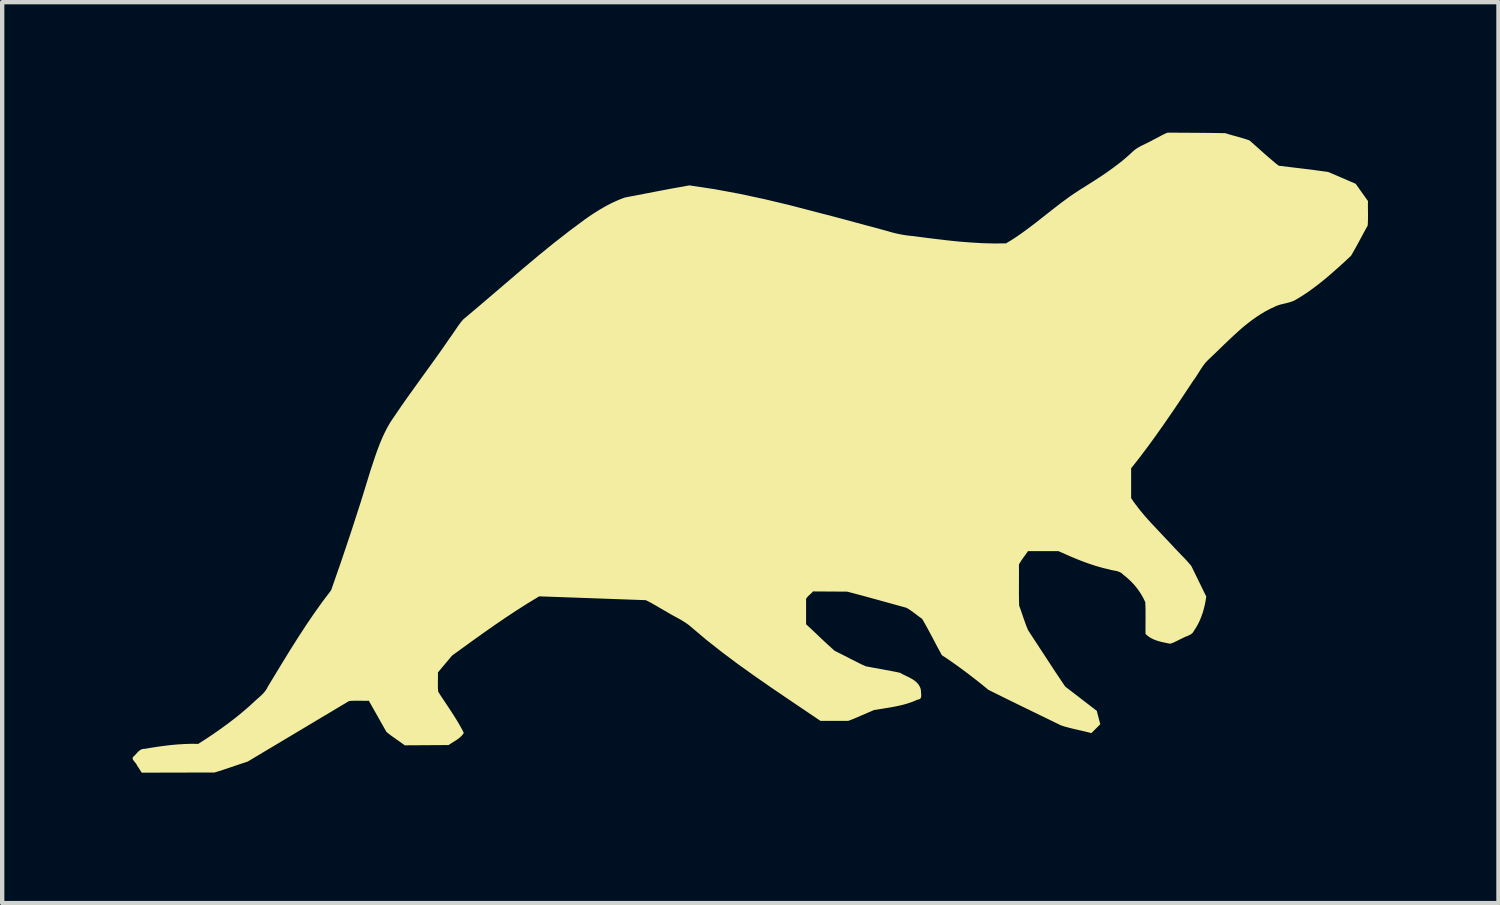
<source format=kicad_pcb>
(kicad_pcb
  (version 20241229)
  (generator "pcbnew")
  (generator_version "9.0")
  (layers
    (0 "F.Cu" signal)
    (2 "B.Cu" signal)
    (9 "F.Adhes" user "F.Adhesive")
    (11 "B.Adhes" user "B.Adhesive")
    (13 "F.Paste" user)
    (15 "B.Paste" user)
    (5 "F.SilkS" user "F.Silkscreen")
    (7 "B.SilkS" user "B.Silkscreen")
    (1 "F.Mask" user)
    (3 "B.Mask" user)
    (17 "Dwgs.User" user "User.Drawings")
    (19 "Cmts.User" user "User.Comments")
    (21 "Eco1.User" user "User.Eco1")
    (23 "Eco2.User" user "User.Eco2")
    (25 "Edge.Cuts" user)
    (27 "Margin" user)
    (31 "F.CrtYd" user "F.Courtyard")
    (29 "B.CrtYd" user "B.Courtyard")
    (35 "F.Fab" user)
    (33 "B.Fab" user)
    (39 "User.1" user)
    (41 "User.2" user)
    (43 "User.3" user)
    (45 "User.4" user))
  (footprint "Otter"
    (layer "F.Cu")
    (at 14.204 7.359)
    (property "Reference" "Otter" (at 0 -0.5 0) (unlocked yes) (layer "F.SilkS") (effects (font (size 1 1) (thickness 0.1))))
    (attr smd)
    (fp_poly (pts (xy 10.258 -7.355) (xy 10.589 -7.352) (xy 10.919 -7.347) (xy 10.989 -7.326) (xy 11.06 -7.305) (xy 11.201 -7.266) (xy 11.272 -7.246) (xy 11.342 -7.225) (xy 11.412 -7.203) (xy 11.48 -7.179) (xy 11.646 -7.032) (xy 11.812 -6.884) (xy 11.895 -6.811) (xy 11.979 -6.739) (xy 12.064 -6.667) (xy 12.151 -6.598) (xy 12.722 -6.529) (xy 13.008 -6.493) (xy 13.292 -6.453) (xy 13.92 -6.183) (xy 14.203 -5.786) (xy 14.202 -5.716) (xy 14.202 -5.645) (xy 14.204 -5.504) (xy 14.204 -5.433) (xy 14.203 -5.363) (xy 14.201 -5.293) (xy 14.197 -5.223) (xy 14.101 -5.049) (xy 14.007 -4.873) (xy 13.912 -4.699) (xy 13.863 -4.613) (xy 13.813 -4.527) (xy 13.666 -4.39) (xy 13.516 -4.254) (xy 13.365 -4.121) (xy 13.212 -3.99) (xy 13.054 -3.864) (xy 12.974 -3.804) (xy 12.893 -3.744) (xy 12.811 -3.686) (xy 12.727 -3.63) (xy 12.642 -3.576) (xy 12.555 -3.524) (xy 12.527 -3.507) (xy 12.498 -3.493) (xy 12.468 -3.481) (xy 12.438 -3.47) (xy 12.407 -3.46) (xy 12.376 -3.451) (xy 12.312 -3.435) (xy 12.248 -3.42) (xy 12.185 -3.404) (xy 12.153 -3.394) (xy 12.123 -3.384) (xy 12.092 -3.372) (xy 12.063 -3.358) (xy 11.951 -3.306) (xy 11.843 -3.249) (xy 11.738 -3.186) (xy 11.636 -3.12) (xy 11.537 -3.049) (xy 11.44 -2.975) (xy 11.345 -2.899) (xy 11.253 -2.819) (xy 11.072 -2.654) (xy 10.894 -2.485) (xy 10.718 -2.314) (xy 10.542 -2.146) (xy 10.515 -2.12) (xy 10.489 -2.093) (xy 10.464 -2.065) (xy 10.441 -2.036) (xy 10.418 -2.006) (xy 10.397 -1.976) (xy 10.355 -1.913) (xy 10.275 -1.786) (xy 10.234 -1.723) (xy 10.212 -1.692) (xy 10.19 -1.662) (xy 9.847 -1.146) (xy 9.673 -0.89) (xy 9.497 -0.635) (xy 9.318 -0.382) (xy 9.136 -0.132) (xy 8.949 0.116) (xy 8.757 0.359) (xy 8.757 1.045) (xy 8.808 1.121) (xy 8.862 1.195) (xy 8.917 1.267) (xy 8.974 1.339) (xy 9.032 1.409) (xy 9.091 1.478) (xy 9.213 1.614) (xy 9.714 2.146) (xy 9.767 2.204) (xy 9.822 2.261) (xy 9.932 2.375) (xy 9.987 2.432) (xy 10.04 2.489) (xy 10.092 2.548) (xy 10.118 2.578) (xy 10.142 2.609) (xy 10.485 3.31) (xy 10.468 3.414) (xy 10.458 3.466) (xy 10.447 3.518) (xy 10.434 3.569) (xy 10.421 3.62) (xy 10.406 3.671) (xy 10.389 3.721) (xy 10.371 3.77) (xy 10.352 3.819) (xy 10.331 3.868) (xy 10.308 3.915) (xy 10.284 3.962) (xy 10.258 4.008) (xy 10.23 4.053) (xy 10.2 4.097) (xy 10.196 4.107) (xy 10.191 4.116) (xy 10.185 4.125) (xy 10.179 4.133) (xy 10.173 4.141) (xy 10.166 4.148) (xy 10.159 4.155) (xy 10.151 4.161) (xy 10.143 4.167) (xy 10.135 4.173) (xy 10.127 4.179) (xy 10.118 4.184) (xy 10.1 4.193) (xy 10.082 4.202) (xy 10.063 4.211) (xy 10.043 4.219) (xy 10.004 4.234) (xy 9.985 4.243) (xy 9.966 4.251) (xy 9.948 4.261) (xy 9.93 4.271) (xy 9.913 4.278) (xy 9.896 4.286) (xy 9.862 4.303) (xy 9.793 4.337) (xy 9.759 4.354) (xy 9.742 4.362) (xy 9.725 4.369) (xy 9.707 4.376) (xy 9.69 4.382) (xy 9.673 4.388) (xy 9.655 4.393) (xy 9.579 4.379) (xy 9.503 4.363) (xy 9.464 4.355) (xy 9.427 4.345) (xy 9.389 4.335) (xy 9.352 4.323) (xy 9.315 4.31) (xy 9.28 4.296) (xy 9.245 4.28) (xy 9.211 4.262) (xy 9.178 4.242) (xy 9.147 4.22) (xy 9.116 4.195) (xy 9.088 4.167) (xy 9.087 4.076) (xy 9.087 3.985) (xy 9.088 3.802) (xy 9.088 3.619) (xy 9.086 3.528) (xy 9.082 3.438) (xy 9.06 3.392) (xy 9.038 3.346) (xy 9.013 3.302) (xy 8.988 3.258) (xy 8.96 3.215) (xy 8.932 3.173) (xy 8.902 3.132) (xy 8.871 3.092) (xy 8.839 3.053) (xy 8.805 3.015) (xy 8.77 2.978) (xy 8.734 2.942) (xy 8.697 2.908) (xy 8.659 2.874) (xy 8.62 2.842) (xy 8.58 2.81) (xy 8.571 2.801) (xy 8.563 2.793) (xy 8.554 2.785) (xy 8.545 2.777) (xy 8.536 2.771) (xy 8.527 2.764) (xy 8.517 2.758) (xy 8.507 2.753) (xy 8.486 2.743) (xy 8.465 2.735) (xy 8.443 2.728) (xy 8.421 2.722) (xy 8.398 2.717) (xy 8.375 2.713) (xy 8.329 2.704) (xy 8.306 2.699) (xy 8.283 2.694) (xy 8.261 2.688) (xy 8.239 2.682) (xy 8.164 2.665) (xy 8.089 2.646) (xy 7.942 2.604) (xy 7.796 2.556) (xy 7.652 2.504) (xy 7.509 2.448) (xy 7.368 2.389) (xy 7.087 2.265) (xy 6.383 2.265) (xy 6.371 2.285) (xy 6.358 2.304) (xy 6.331 2.342) (xy 6.276 2.417) (xy 6.249 2.455) (xy 6.223 2.494) (xy 6.211 2.513) (xy 6.199 2.533) (xy 6.188 2.552) (xy 6.177 2.572) (xy 6.178 2.809) (xy 6.177 3.045) (xy 6.177 3.282) (xy 6.179 3.4) (xy 6.182 3.518) (xy 6.208 3.589) (xy 6.233 3.66) (xy 6.282 3.804) (xy 6.307 3.875) (xy 6.332 3.946) (xy 6.36 4.017) (xy 6.389 4.086) (xy 6.813 4.734) (xy 7.025 5.058) (xy 7.241 5.379) (xy 7.967 5.937) (xy 8.047 6.245) (xy 7.843 6.449) (xy 7.756 6.427) (xy 7.669 6.406) (xy 7.494 6.366) (xy 7.406 6.345) (xy 7.319 6.323) (xy 7.233 6.3) (xy 7.148 6.273) (xy 6.309 5.865) (xy 5.89 5.66) (xy 5.473 5.453) (xy 5.344 5.347) (xy 5.214 5.243) (xy 5.082 5.141) (xy 4.95 5.04) (xy 4.815 4.941) (xy 4.68 4.844) (xy 4.543 4.749) (xy 4.404 4.657) (xy 4.291 4.448) (xy 4.18 4.237) (xy 4.068 4.028) (xy 4.01 3.924) (xy 3.951 3.822) (xy 3.906 3.79) (xy 3.861 3.757) (xy 3.772 3.689) (xy 3.727 3.656) (xy 3.682 3.624) (xy 3.659 3.609) (xy 3.636 3.594) (xy 3.612 3.58) (xy 3.588 3.567) (xy 2.909 3.379) (xy 2.569 3.286) (xy 2.229 3.196) (xy 1.441 3.191) (xy 1.432 3.202) (xy 1.422 3.213) (xy 1.411 3.223) (xy 1.4 3.234) (xy 1.356 3.275) (xy 1.345 3.285) (xy 1.335 3.296) (xy 1.325 3.306) (xy 1.315 3.317) (xy 1.306 3.328) (xy 1.297 3.339) (xy 1.289 3.351) (xy 1.282 3.363) (xy 1.282 3.945) (xy 1.446 4.098) (xy 1.609 4.253) (xy 1.772 4.406) (xy 1.855 4.481) (xy 1.938 4.556) (xy 2.116 4.645) (xy 2.294 4.736) (xy 2.472 4.826) (xy 2.561 4.87) (xy 2.651 4.912) (xy 2.849 4.949) (xy 3.047 4.985) (xy 3.244 5.022) (xy 3.343 5.041) (xy 3.441 5.062) (xy 3.476 5.081) (xy 3.512 5.1) (xy 3.587 5.136) (xy 3.663 5.174) (xy 3.7 5.194) (xy 3.736 5.215) (xy 3.77 5.238) (xy 3.802 5.263) (xy 3.817 5.276) (xy 3.831 5.29) (xy 3.845 5.304) (xy 3.858 5.319) (xy 3.869 5.335) (xy 3.88 5.351) (xy 3.89 5.368) (xy 3.899 5.386) (xy 3.907 5.405) (xy 3.914 5.425) (xy 3.919 5.446) (xy 3.923 5.467) (xy 3.924 5.483) (xy 3.925 5.5) (xy 3.928 5.535) (xy 3.929 5.552) (xy 3.93 5.569) (xy 3.93 5.586) (xy 3.929 5.602) (xy 3.928 5.61) (xy 3.927 5.617) (xy 3.925 5.624) (xy 3.923 5.631) (xy 3.92 5.638) (xy 3.917 5.644) (xy 3.913 5.65) (xy 3.909 5.655) (xy 3.903 5.66) (xy 3.897 5.664) (xy 3.891 5.668) (xy 3.883 5.672) (xy 3.875 5.675) (xy 3.866 5.677) (xy 3.856 5.678) (xy 3.845 5.679) (xy 3.786 5.706) (xy 3.726 5.73) (xy 3.665 5.751) (xy 3.604 5.771) (xy 3.542 5.789) (xy 3.48 5.805) (xy 3.354 5.833) (xy 3.228 5.857) (xy 3.1 5.878) (xy 2.846 5.918) (xy 2.772 5.95) (xy 2.697 5.982) (xy 2.549 6.046) (xy 2.475 6.078) (xy 2.401 6.11) (xy 2.326 6.14) (xy 2.251 6.168) (xy 1.613 6.168) (xy 0.849 5.652) (xy 0.468 5.393) (xy 0.09 5.13) (xy -0.285 4.862) (xy -0.654 4.586) (xy -1.015 4.301) (xy -1.367 4.004) (xy -1.399 3.977) (xy -1.432 3.951) (xy -1.466 3.927) (xy -1.501 3.903) (xy -1.536 3.881) (xy -1.572 3.859) (xy -1.645 3.817) (xy -1.792 3.737) (xy -1.866 3.695) (xy -1.902 3.674) (xy -1.937 3.652) (xy -1.996 3.62) (xy -2.054 3.586) (xy -2.17 3.518) (xy -2.228 3.485) (xy -2.286 3.452) (xy -2.345 3.421) (xy -2.404 3.392) (xy -4.855 3.304) (xy -5.114 3.461) (xy -5.369 3.623) (xy -5.622 3.79) (xy -5.873 3.961) (xy -6.121 4.135) (xy -6.368 4.311) (xy -6.859 4.667) (xy -7.184 5.054) (xy -7.183 5.109) (xy -7.183 5.165) (xy -7.185 5.277) (xy -7.185 5.333) (xy -7.185 5.388) (xy -7.182 5.443) (xy -7.18 5.471) (xy -7.177 5.498) (xy -7.102 5.615) (xy -7.024 5.731) (xy -6.87 5.964) (xy -6.795 6.081) (xy -6.722 6.2) (xy -6.653 6.321) (xy -6.62 6.382) (xy -6.589 6.445) (xy -6.596 6.457) (xy -6.604 6.468) (xy -6.612 6.48) (xy -6.621 6.491) (xy -6.63 6.501) (xy -6.64 6.512) (xy -6.659 6.531) (xy -6.68 6.55) (xy -6.702 6.568) (xy -6.724 6.585) (xy -6.747 6.601) (xy -6.771 6.617) (xy -6.795 6.632) (xy -6.844 6.662) (xy -6.892 6.693) (xy -6.915 6.708) (xy -6.938 6.724) (xy -7.945 6.73) (xy -7.998 6.692) (xy -8.051 6.654) (xy -8.159 6.578) (xy -8.213 6.54) (xy -8.266 6.502) (xy -8.318 6.462) (xy -8.368 6.421) (xy -8.773 5.705) (xy -8.83 5.706) (xy -8.887 5.706) (xy -9.002 5.704) (xy -9.059 5.704) (xy -9.116 5.705) (xy -9.172 5.707) (xy -9.2 5.709) (xy -9.228 5.712) (xy -11.557 7.103) (xy -11.749 7.167) (xy -11.94 7.232) (xy -12.131 7.296) (xy -12.227 7.326) (xy -12.323 7.355) (xy -13.994 7.359) (xy -14.105 7.189) (xy -14.105 7.189) (xy -14.107 7.183) (xy -14.11 7.177) (xy -14.113 7.171) (xy -14.117 7.165) (xy -14.125 7.152) (xy -14.135 7.139) (xy -14.176 7.088) (xy -14.185 7.075) (xy -14.189 7.069) (xy -14.193 7.063) (xy -14.196 7.057) (xy -14.199 7.051) (xy -14.201 7.044) (xy -14.203 7.038) (xy -14.204 7.032) (xy -14.204 7.027) (xy -14.204 7.021) (xy -14.202 7.015) (xy -14.2 7.009) (xy -14.198 7.004) (xy -14.194 6.998) (xy -14.189 6.993) (xy -14.174 6.98) (xy -14.159 6.966) (xy -14.145 6.951) (xy -14.131 6.936) (xy -14.104 6.905) (xy -14.09 6.89) (xy -14.075 6.876) (xy -14.061 6.862) (xy -14.045 6.85) (xy -14.037 6.844) (xy -14.029 6.839) (xy -14.021 6.834) (xy -14.013 6.829) (xy -14.004 6.825) (xy -13.995 6.821) (xy -13.986 6.818) (xy -13.976 6.816) (xy -13.966 6.814) (xy -13.956 6.813) (xy -13.945 6.812) (xy -13.934 6.812) (xy -13.781 6.786) (xy -13.627 6.762) (xy -13.472 6.741) (xy -13.317 6.723) (xy -13.162 6.709) (xy -13.007 6.7) (xy -12.851 6.695) (xy -12.695 6.697) (xy -12.519 6.584) (xy -12.345 6.468) (xy -12.174 6.348) (xy -12.005 6.225) (xy -11.84 6.098) (xy -11.678 5.966) (xy -11.52 5.83) (xy -11.366 5.688) (xy -11.29 5.621) (xy -11.252 5.587) (xy -11.234 5.569) (xy -11.216 5.552) (xy -11.198 5.533) (xy -11.182 5.515) (xy -11.166 5.495) (xy -11.15 5.475) (xy -11.136 5.455) (xy -11.122 5.433) (xy -11.11 5.411) (xy -11.099 5.387) (xy -10.754 4.819) (xy -10.58 4.536) (xy -10.402 4.254) (xy -10.221 3.976) (xy -10.034 3.701) (xy -9.841 3.43) (xy -9.64 3.165) (xy -9.402 2.482) (xy -9.172 1.797) (xy -8.95 1.109) (xy -8.737 0.418) (xy -8.63 0.094) (xy -8.573 -0.067) (xy -8.512 -0.226) (xy -8.479 -0.304) (xy -8.445 -0.382) (xy -8.408 -0.459) (xy -8.37 -0.535) (xy -8.33 -0.61) (xy -8.287 -0.683) (xy -8.241 -0.755) (xy -8.192 -0.826) (xy -8.037 -1.054) (xy -7.878 -1.281) (xy -7.556 -1.729) (xy -7.232 -2.178) (xy -7.072 -2.403) (xy -6.915 -2.631) (xy -6.876 -2.685) (xy -6.837 -2.741) (xy -6.761 -2.853) (xy -6.723 -2.909) (xy -6.683 -2.964) (xy -6.663 -2.99) (xy -6.642 -3.017) (xy -6.62 -3.042) (xy -6.598 -3.067) (xy -6.251 -3.359) (xy -5.907 -3.653) (xy -5.219 -4.241) (xy -4.872 -4.532) (xy -4.521 -4.818) (xy -4.164 -5.096) (xy -3.801 -5.366) (xy -3.693 -5.441) (xy -3.583 -5.514) (xy -3.471 -5.584) (xy -3.357 -5.65) (xy -3.3 -5.682) (xy -3.241 -5.712) (xy -3.183 -5.742) (xy -3.123 -5.77) (xy -3.063 -5.797) (xy -3.003 -5.822) (xy -2.942 -5.846) (xy -2.88 -5.868) (xy -2.141 -6.01) (xy -1.771 -6.08) (xy -1.402 -6.146) (xy -0.824 -6.059) (xy -0.251 -5.953) (xy 0.319 -5.831) (xy 0.887 -5.696) (xy 2.017 -5.402) (xy 3.143 -5.098) (xy 3.214 -5.077) (xy 3.286 -5.057) (xy 3.358 -5.04) (xy 3.431 -5.024) (xy 3.503 -5.011) (xy 3.577 -4.999) (xy 3.65 -4.989) (xy 3.724 -4.982) (xy 4.261 -4.913) (xy 4.53 -4.882) (xy 4.799 -4.854) (xy 5.069 -4.833) (xy 5.339 -4.817) (xy 5.609 -4.81) (xy 5.88 -4.813) (xy 5.991 -4.88) (xy 6.101 -4.951) (xy 6.208 -5.024) (xy 6.314 -5.1) (xy 6.523 -5.256) (xy 6.728 -5.417) (xy 6.933 -5.578) (xy 7.139 -5.738) (xy 7.349 -5.892) (xy 7.457 -5.966) (xy 7.566 -6.037) (xy 7.881 -6.236) (xy 8.037 -6.337) (xy 8.192 -6.441) (xy 8.343 -6.549) (xy 8.491 -6.662) (xy 8.564 -6.72) (xy 8.635 -6.78) (xy 8.705 -6.841) (xy 8.774 -6.905) (xy 8.801 -6.93) (xy 8.828 -6.953) (xy 8.857 -6.975) (xy 8.887 -6.996) (xy 8.918 -7.015) (xy 8.949 -7.033) (xy 8.981 -7.051) (xy 9.014 -7.067) (xy 9.145 -7.131) (xy 9.211 -7.164) (xy 9.243 -7.181) (xy 9.274 -7.199) (xy 9.315 -7.219) (xy 9.355 -7.24) (xy 9.435 -7.283) (xy 9.475 -7.304) (xy 9.515 -7.324) (xy 9.535 -7.333) (xy 9.555 -7.342) (xy 9.576 -7.351) (xy 9.597 -7.359)) (stroke (width 0) (type solid)) (fill yes) (layer "F.SilkS")))
  (gr_rect
    (start -3 -3)
    (end 31.408 17.717)
    (stroke (width 0.1) (type default))
    (fill no)
    (layer "Edge.Cuts")))
</source>
